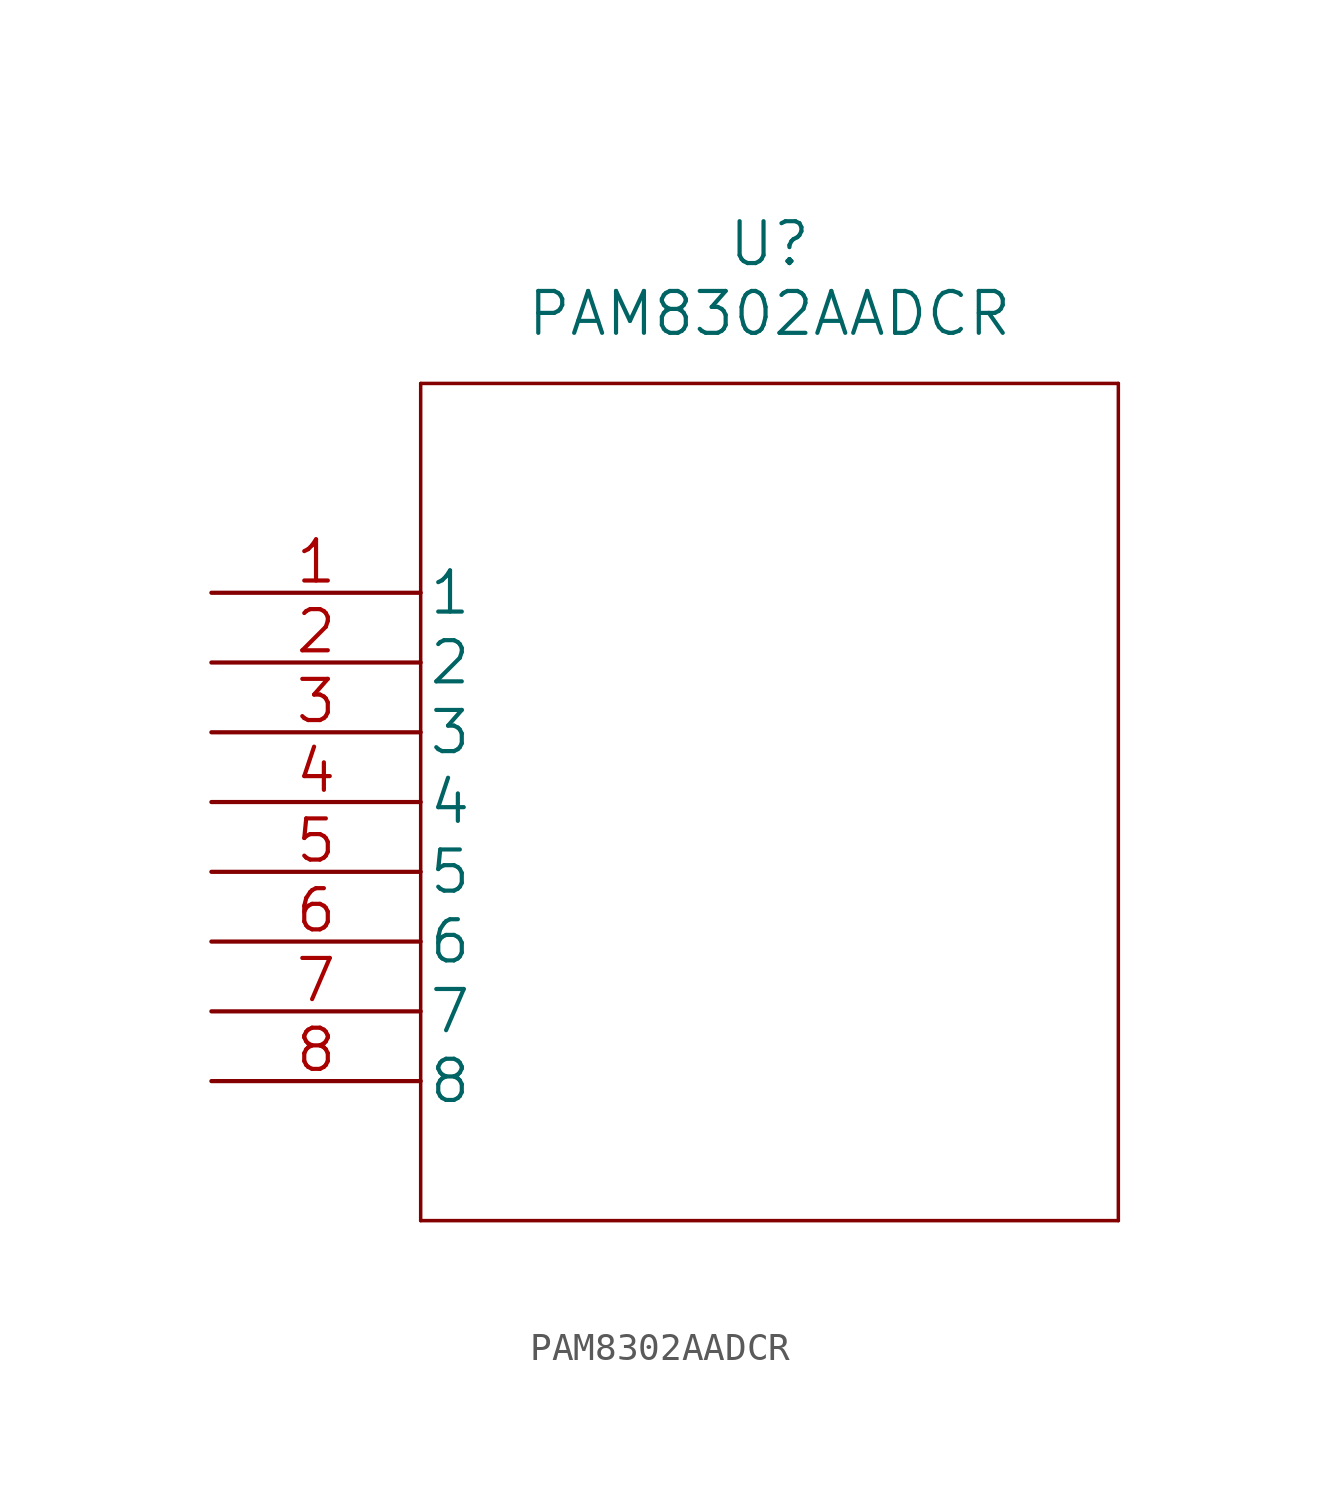
<source format=kicad_sym>
(kicad_symbol_lib
  (version 20211014)
  (generator kicad_symbol_editor)
  (symbol "PAM8302AADCR"
    (pin_names
      (offset 0.254))
    (property "Reference" "U"
      (at 20.32 12.7 0)
      (effects (font (size 1.524 1.524))))
    (property "Value" "PAM8302AADCR"
      (at 20.32 10.16 0)
      (effects (font (size 1.524 1.524))))
    (property "Datasheet" ""
      (at 0 0 0)
      (effects (font (size 1.524 1.524))))
    (property "ki_locked" ""
      (at 0 0 0)
      (effects (font (size 1.27 1.27))))
    (symbol "PAM8302AADCR_1_1"
      (polyline (pts (xy 7.62 -22.86) (xy 33.02 -22.86)) (stroke (width 0.127) (type default) (color 0 0 0 0)) (fill (type none)))
      (polyline (pts (xy 7.62 7.62) (xy 7.62 -22.86)) (stroke (width 0.127) (type default) (color 0 0 0 0)) (fill (type none)))
      (polyline (pts (xy 33.02 -22.86) (xy 33.02 7.62)) (stroke (width 0.127) (type default) (color 0 0 0 0)) (fill (type none)))
      (polyline (pts (xy 33.02 7.62) (xy 7.62 7.62)) (stroke (width 0.127) (type default) (color 0 0 0 0)) (fill (type none)))
      (pin unspecified line (at 0 0 0) (length 7.62) (name "1" (effects (font (size 1.499 1.499)))) (number "1" (effects (font (size 1.499 1.499)))))
      (pin unspecified line (at 0 -2.54 0) (length 7.62) (name "2" (effects (font (size 1.499 1.499)))) (number "2" (effects (font (size 1.499 1.499)))))
      (pin unspecified line (at 0 -5.08 0) (length 7.62) (name "3" (effects (font (size 1.499 1.499)))) (number "3" (effects (font (size 1.499 1.499)))))
      (pin unspecified line (at 0 -7.62 0) (length 7.62) (name "4" (effects (font (size 1.499 1.499)))) (number "4" (effects (font (size 1.499 1.499)))))
      (pin unspecified line (at 0 -10.16 0) (length 7.62) (name "5" (effects (font (size 1.499 1.499)))) (number "5" (effects (font (size 1.499 1.499)))))
      (pin unspecified line (at 0 -12.7 0) (length 7.62) (name "6" (effects (font (size 1.499 1.499)))) (number "6" (effects (font (size 1.499 1.499)))))
      (pin unspecified line (at 0 -15.24 0) (length 7.62) (name "7" (effects (font (size 1.499 1.499)))) (number "7" (effects (font (size 1.499 1.499)))))
      (pin unspecified line (at 0 -17.78 0) (length 7.62) (name "8" (effects (font (size 1.499 1.499)))) (number "8" (effects (font (size 1.499 1.499))))))))
</source>
